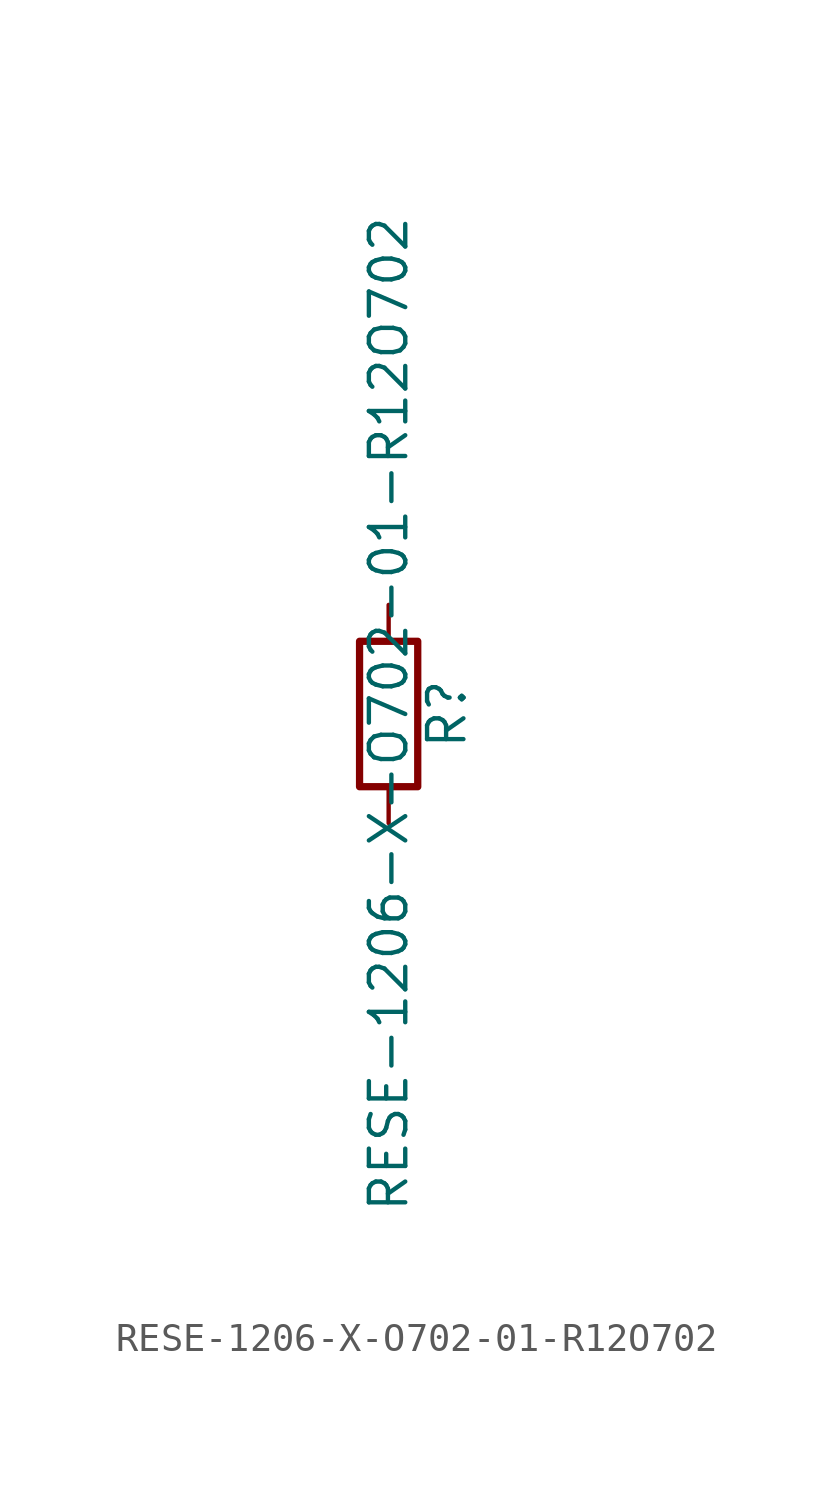
<source format=kicad_sym>
(kicad_symbol_lib
  (version 20211014)
  (generator kicad_symbol_editor)
  (symbol "RESE-1206-X-O702-01-R12O702"
    (pin_numbers hide)
    (pin_names
      (offset 0))
    (property "Reference" "R"
      (at 2.032 0 90)
      (effects (font (size 1.27 1.27))))
    (property "Value" "RESE-1206-X-O702-01-R12O702"
      (at 0 0 90)
      (effects (font (size 1.27 1.27))))
    (symbol "RESE-1206-X-O702-01-R12O702_0_1"
      (rectangle (start -1.016 -2.54) (end 1.016 2.54) (stroke (width 0.254) (type default) (color 0 0 0 0)) (fill (type none))))
    (symbol "RESE-1206-X-O702-01-R12O702_1_1"
      (pin passive line (at 0 3.81 270) (length 1.27) (name "~" (effects (font (size 1.27 1.27)))) (number "1" (effects (font (size 1.27 1.27)))))
      (pin passive line (at 0 -3.81 90) (length 1.27) (name "~" (effects (font (size 1.27 1.27)))) (number "2" (effects (font (size 1.27 1.27))))))))
</source>
